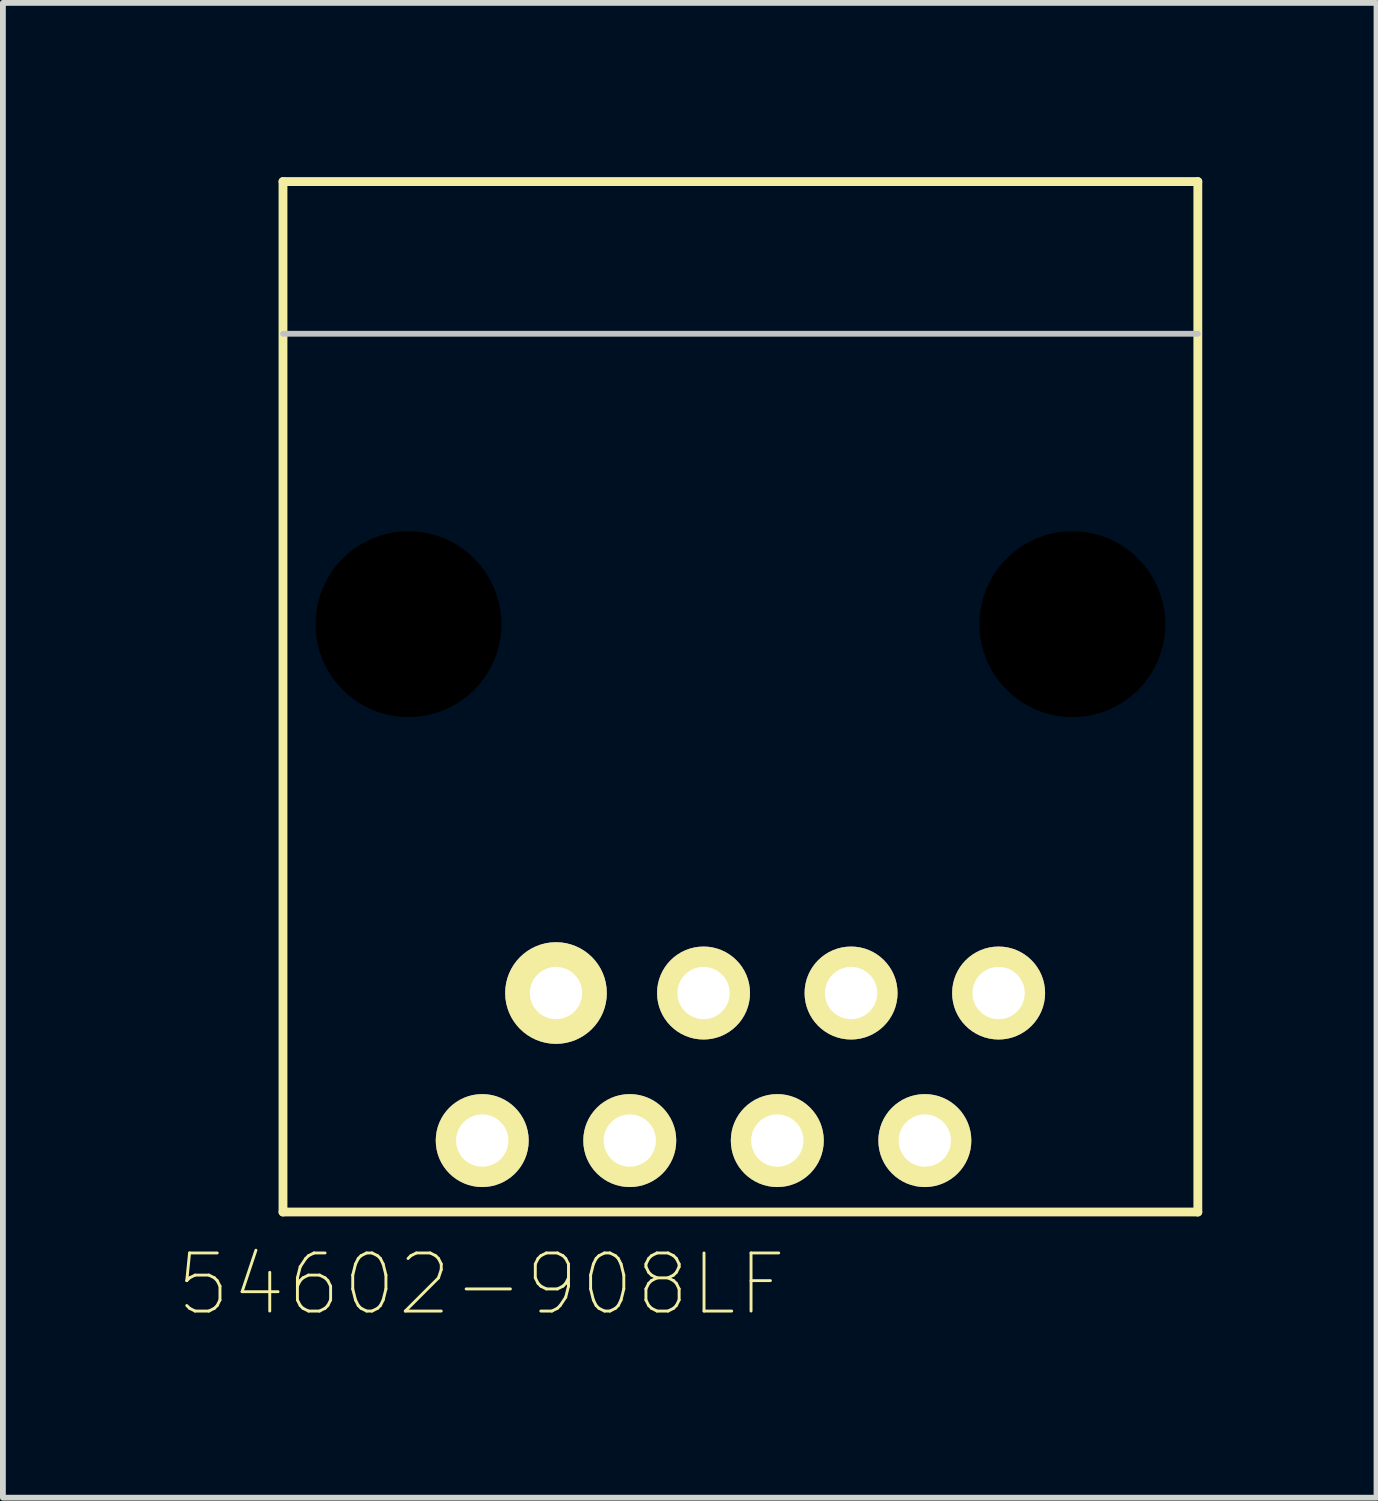
<source format=kicad_pcb>
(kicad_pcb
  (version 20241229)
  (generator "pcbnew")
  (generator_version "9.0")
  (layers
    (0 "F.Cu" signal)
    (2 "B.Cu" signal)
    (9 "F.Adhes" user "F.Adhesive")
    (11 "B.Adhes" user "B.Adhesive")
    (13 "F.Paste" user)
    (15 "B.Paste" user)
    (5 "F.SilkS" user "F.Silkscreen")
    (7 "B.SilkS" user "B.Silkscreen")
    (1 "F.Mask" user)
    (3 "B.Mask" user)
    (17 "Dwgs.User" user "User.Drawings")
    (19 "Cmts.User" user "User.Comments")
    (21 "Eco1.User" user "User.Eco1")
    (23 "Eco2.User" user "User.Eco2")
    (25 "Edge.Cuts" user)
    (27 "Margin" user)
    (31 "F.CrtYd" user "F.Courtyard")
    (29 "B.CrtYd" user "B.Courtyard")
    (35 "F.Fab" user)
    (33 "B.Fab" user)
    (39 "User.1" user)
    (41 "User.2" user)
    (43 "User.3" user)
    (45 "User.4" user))
  (footprint "54602-908LF"
    (layer "F.Cu")
    (at 9.697 7.696)
    (property "Reference" "54602-908LF" (at -4.46 11.365 0) (layer "F.SilkS") (effects (font (size 1 1) (thickness 0.05))))
    (attr through_hole)
    (fp_line (start -7.875 -7.62) (end 7.875 -7.62) (stroke (width 0.152) (type solid)) (layer "F.SilkS"))
    (fp_line (start -7.875 10.12) (end -7.875 -7.62) (stroke (width 0.152) (type solid)) (layer "F.SilkS"))
    (fp_line (start 7.875 -7.62) (end 7.875 10.12) (stroke (width 0.152) (type solid)) (layer "F.SilkS"))
    (fp_line (start 7.875 10.12) (end -7.875 10.12) (stroke (width 0.152) (type solid)) (layer "F.SilkS"))
    (fp_line (start -7.875 -5) (end 7.875 -5) (stroke (width 0.1) (type solid)) (layer "Dwgs.User"))
    (pad "" np_thru_hole circle (at -5.715 0) (size 3.2 3.2) (drill 3.2) (layers))
    (pad "" np_thru_hole circle (at 5.715 0) (size 3.2 3.2) (drill 3.2) (layers))
    (pad "1" thru_hole circle (at 4.445 6.35) (size 1.6 1.6) (drill 0.9) (layers "*.Cu" "*.Mask" "F.SilkS"))
    (pad "2" thru_hole circle (at 3.175 8.89) (size 1.6 1.6) (drill 0.9) (layers "*.Cu" "*.Mask" "F.SilkS"))
    (pad "3" thru_hole circle (at 1.905 6.35) (size 1.6 1.6) (drill 0.9) (layers "*.Cu" "*.Mask" "F.SilkS"))
    (pad "4" thru_hole circle (at 0.635 8.89) (size 1.6 1.6) (drill 0.9) (layers "*.Cu" "*.Mask" "F.SilkS"))
    (pad "5" thru_hole circle (at -0.635 6.35) (size 1.6 1.6) (drill 0.9) (layers "*.Cu" "*.Mask" "F.SilkS"))
    (pad "6" thru_hole circle (at -1.905 8.89) (size 1.6 1.6) (drill 0.9) (layers "*.Cu" "*.Mask" "F.SilkS"))
    (pad "7" thru_hole circle (at -3.175 6.35) (size 1.75 1.75) (drill 0.9) (layers "*.Cu" "*.Mask" "F.SilkS"))
    (pad "8" thru_hole circle (at -4.445 8.89) (size 1.6 1.6) (drill 0.9) (layers "*.Cu" "*.Mask" "F.SilkS")))
  (gr_rect
    (start -3 -3)
    (end 20.648 22.734)
    (stroke (width 0.1) (type default))
    (fill no)
    (layer "Edge.Cuts")))
</source>
